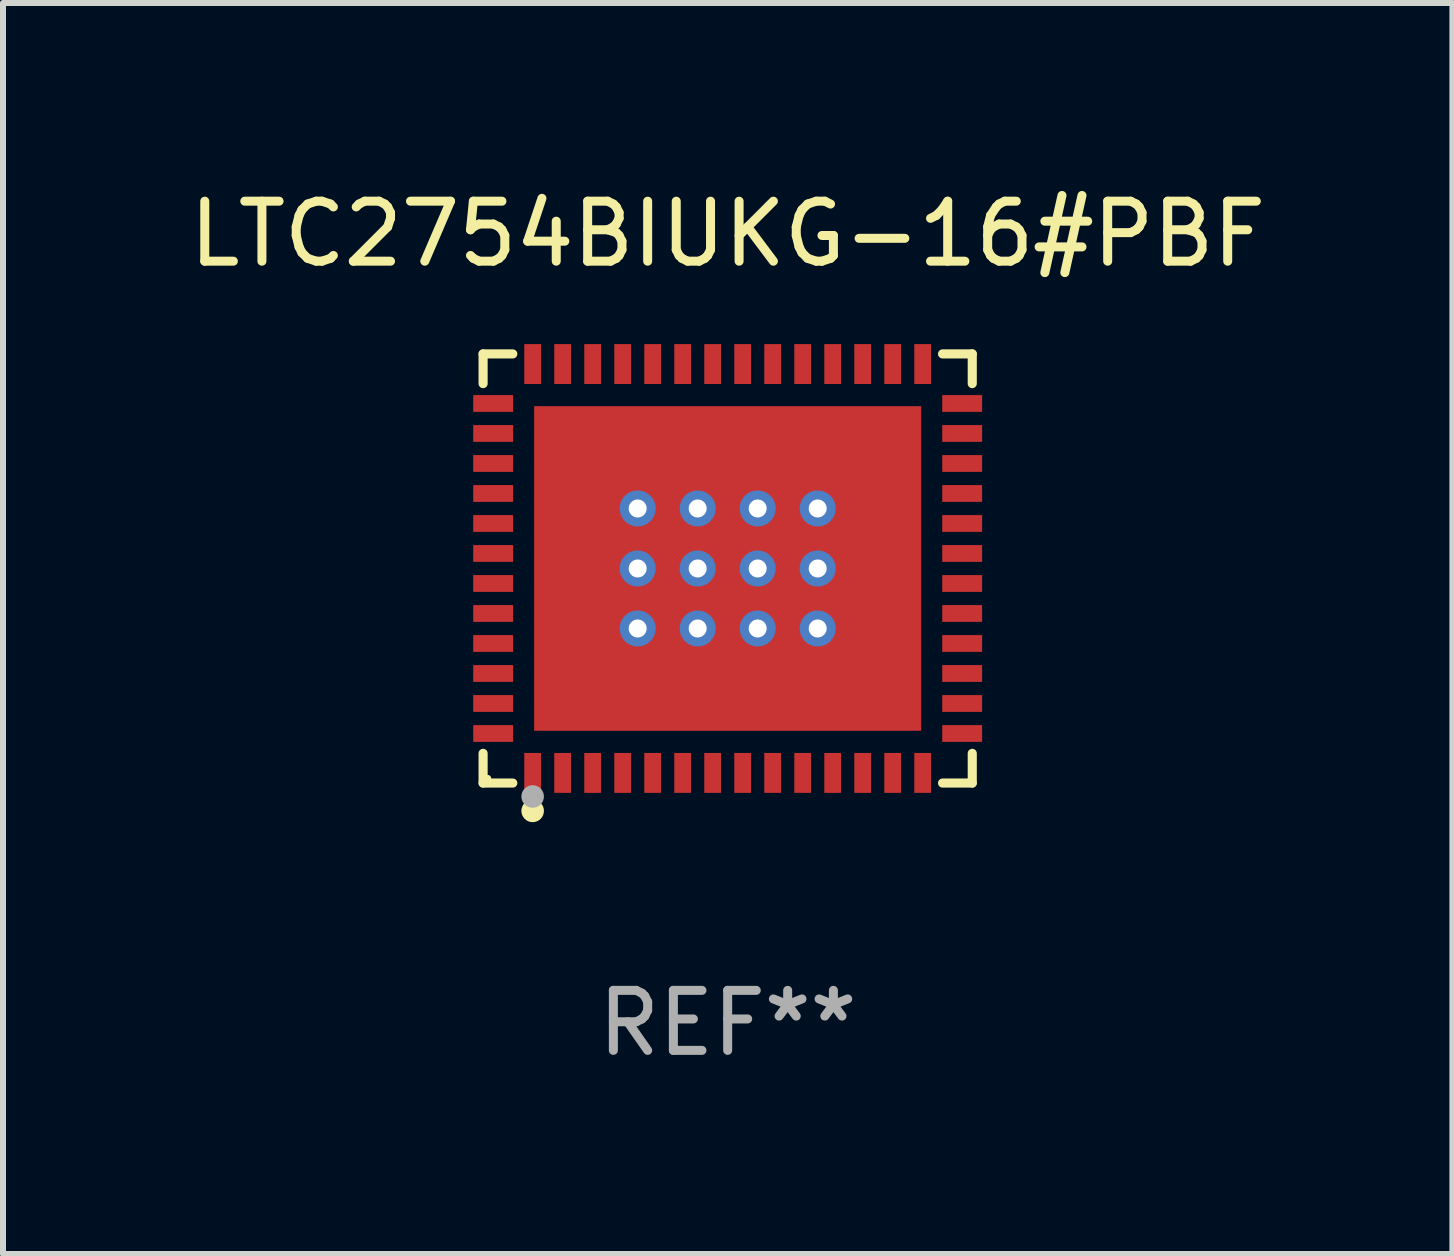
<source format=kicad_pcb>
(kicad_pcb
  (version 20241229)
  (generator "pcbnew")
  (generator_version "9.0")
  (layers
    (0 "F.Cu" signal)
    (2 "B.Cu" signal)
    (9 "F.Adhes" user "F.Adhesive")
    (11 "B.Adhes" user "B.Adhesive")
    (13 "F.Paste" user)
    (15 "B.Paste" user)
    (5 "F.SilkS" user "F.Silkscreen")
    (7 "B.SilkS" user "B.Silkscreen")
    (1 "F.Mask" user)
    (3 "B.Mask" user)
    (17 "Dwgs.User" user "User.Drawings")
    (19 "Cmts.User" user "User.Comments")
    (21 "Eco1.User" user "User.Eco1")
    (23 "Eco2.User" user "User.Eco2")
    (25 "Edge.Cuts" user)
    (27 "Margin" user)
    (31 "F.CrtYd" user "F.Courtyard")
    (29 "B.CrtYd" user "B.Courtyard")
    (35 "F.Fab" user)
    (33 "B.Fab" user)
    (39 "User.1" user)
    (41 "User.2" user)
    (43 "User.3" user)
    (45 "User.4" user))
  (footprint "LTC2754BIUKG-16#PBF"
    (layer "F.Cu")
    (at 9.077 6.424)
    (property "Reference" "LTC2754BIUKG-16#PBF" (at 0 -5.576 0) (layer "F.SilkS") (effects (font (size 1 1) (thickness 0.15))))
    (attr through_hole)
    (fp_line (start -4.076 -3.576) (end -3.581 -3.576) (stroke (width 0.152) (type solid)) (layer "F.SilkS"))
    (fp_line (start -4.076 -3.081) (end -4.076 -3.576) (stroke (width 0.152) (type solid)) (layer "F.SilkS"))
    (fp_line (start -4.076 3.081) (end -4.076 3.576) (stroke (width 0.152) (type solid)) (layer "F.SilkS"))
    (fp_line (start -4.076 3.576) (end -3.581 3.576) (stroke (width 0.152) (type solid)) (layer "F.SilkS"))
    (fp_line (start 4.076 -3.576) (end 3.581 -3.576) (stroke (width 0.152) (type solid)) (layer "F.SilkS"))
    (fp_line (start 4.076 -3.081) (end 4.076 -3.576) (stroke (width 0.152) (type solid)) (layer "F.SilkS"))
    (fp_line (start 4.076 3.081) (end 4.076 3.576) (stroke (width 0.152) (type solid)) (layer "F.SilkS"))
    (fp_line (start 4.076 3.576) (end 3.581 3.576) (stroke (width 0.152) (type solid)) (layer "F.SilkS"))
    (fp_circle (center -4 3.5) (end -3.97 3.5) (stroke (width 0.06) (type solid)) (fill no) (layer "F.SilkS"))
    (fp_circle (center -3.25 4.04) (end -3.156 4.04) (stroke (width 0.188) (type solid)) (fill no) (layer "F.SilkS"))
    (fp_circle (center -3.25 3.8) (end -3.156 3.8) (stroke (width 0.188) (type solid)) (fill no) (layer "F.Fab"))
    (fp_text user "REF**" (at 0 7.576 0) (layer "F.Fab") (effects (font (size 1 1) (thickness 0.15))))
    (pad "1" smd rect (at -3.25 3.407) (size 0.28 0.665) (layers "F.Cu" "F.Mask" "F.Paste"))
    (pad "2" smd rect (at -2.75 3.407) (size 0.28 0.665) (layers "F.Cu" "F.Mask" "F.Paste"))
    (pad "3" smd rect (at -2.25 3.407) (size 0.28 0.665) (layers "F.Cu" "F.Mask" "F.Paste"))
    (pad "4" smd rect (at -1.75 3.407) (size 0.28 0.665) (layers "F.Cu" "F.Mask" "F.Paste"))
    (pad "5" smd rect (at -1.25 3.407) (size 0.28 0.665) (layers "F.Cu" "F.Mask" "F.Paste"))
    (pad "6" smd rect (at -0.75 3.407) (size 0.28 0.665) (layers "F.Cu" "F.Mask" "F.Paste"))
    (pad "7" smd rect (at -0.25 3.407) (size 0.28 0.665) (layers "F.Cu" "F.Mask" "F.Paste"))
    (pad "8" smd rect (at 0.25 3.407) (size 0.28 0.665) (layers "F.Cu" "F.Mask" "F.Paste"))
    (pad "9" smd rect (at 0.75 3.407) (size 0.28 0.665) (layers "F.Cu" "F.Mask" "F.Paste"))
    (pad "10" smd rect (at 1.25 3.407) (size 0.28 0.665) (layers "F.Cu" "F.Mask" "F.Paste"))
    (pad "11" smd rect (at 1.75 3.407) (size 0.28 0.665) (layers "F.Cu" "F.Mask" "F.Paste"))
    (pad "12" smd rect (at 2.25 3.407) (size 0.28 0.665) (layers "F.Cu" "F.Mask" "F.Paste"))
    (pad "13" smd rect (at 2.75 3.407) (size 0.28 0.665) (layers "F.Cu" "F.Mask" "F.Paste"))
    (pad "14" smd rect (at 3.25 3.407) (size 0.28 0.665) (layers "F.Cu" "F.Mask" "F.Paste"))
    (pad "15" smd rect (at 3.908 2.75) (size 0.665 0.28) (layers "F.Cu" "F.Mask" "F.Paste"))
    (pad "16" smd rect (at 3.908 2.25) (size 0.665 0.28) (layers "F.Cu" "F.Mask" "F.Paste"))
    (pad "17" smd rect (at 3.908 1.75) (size 0.665 0.28) (layers "F.Cu" "F.Mask" "F.Paste"))
    (pad "18" smd rect (at 3.908 1.25) (size 0.665 0.28) (layers "F.Cu" "F.Mask" "F.Paste"))
    (pad "19" smd rect (at 3.908 0.75) (size 0.665 0.28) (layers "F.Cu" "F.Mask" "F.Paste"))
    (pad "20" smd rect (at 3.908 0.25) (size 0.665 0.28) (layers "F.Cu" "F.Mask" "F.Paste"))
    (pad "21" smd rect (at 3.908 -0.25) (size 0.665 0.28) (layers "F.Cu" "F.Mask" "F.Paste"))
    (pad "22" smd rect (at 3.908 -0.75) (size 0.665 0.28) (layers "F.Cu" "F.Mask" "F.Paste"))
    (pad "23" smd rect (at 3.908 -1.25) (size 0.665 0.28) (layers "F.Cu" "F.Mask" "F.Paste"))
    (pad "24" smd rect (at 3.908 -1.75) (size 0.665 0.28) (layers "F.Cu" "F.Mask" "F.Paste"))
    (pad "25" smd rect (at 3.908 -2.25) (size 0.665 0.28) (layers "F.Cu" "F.Mask" "F.Paste"))
    (pad "26" smd rect (at 3.908 -2.75) (size 0.665 0.28) (layers "F.Cu" "F.Mask" "F.Paste"))
    (pad "27" smd rect (at 3.25 -3.407) (size 0.28 0.665) (layers "F.Cu" "F.Mask" "F.Paste"))
    (pad "28" smd rect (at 2.75 -3.407) (size 0.28 0.665) (layers "F.Cu" "F.Mask" "F.Paste"))
    (pad "29" smd rect (at 2.25 -3.407) (size 0.28 0.665) (layers "F.Cu" "F.Mask" "F.Paste"))
    (pad "30" smd rect (at 1.75 -3.407) (size 0.28 0.665) (layers "F.Cu" "F.Mask" "F.Paste"))
    (pad "31" smd rect (at 1.25 -3.407) (size 0.28 0.665) (layers "F.Cu" "F.Mask" "F.Paste"))
    (pad "32" smd rect (at 0.75 -3.407) (size 0.28 0.665) (layers "F.Cu" "F.Mask" "F.Paste"))
    (pad "33" smd rect (at 0.25 -3.407) (size 0.28 0.665) (layers "F.Cu" "F.Mask" "F.Paste"))
    (pad "34" smd rect (at -0.25 -3.407) (size 0.28 0.665) (layers "F.Cu" "F.Mask" "F.Paste"))
    (pad "35" smd rect (at -0.75 -3.407) (size 0.28 0.665) (layers "F.Cu" "F.Mask" "F.Paste"))
    (pad "36" smd rect (at -1.25 -3.407) (size 0.28 0.665) (layers "F.Cu" "F.Mask" "F.Paste"))
    (pad "37" smd rect (at -1.75 -3.407) (size 0.28 0.665) (layers "F.Cu" "F.Mask" "F.Paste"))
    (pad "38" smd rect (at -2.25 -3.407) (size 0.28 0.665) (layers "F.Cu" "F.Mask" "F.Paste"))
    (pad "39" smd rect (at -2.75 -3.407) (size 0.28 0.665) (layers "F.Cu" "F.Mask" "F.Paste"))
    (pad "40" smd rect (at -3.25 -3.407) (size 0.28 0.665) (layers "F.Cu" "F.Mask" "F.Paste"))
    (pad "41" smd rect (at -3.908 -2.75) (size 0.665 0.28) (layers "F.Cu" "F.Mask" "F.Paste"))
    (pad "42" smd rect (at -3.908 -2.25) (size 0.665 0.28) (layers "F.Cu" "F.Mask" "F.Paste"))
    (pad "43" smd rect (at -3.908 -1.75) (size 0.665 0.28) (layers "F.Cu" "F.Mask" "F.Paste"))
    (pad "44" smd rect (at -3.908 -1.25) (size 0.665 0.28) (layers "F.Cu" "F.Mask" "F.Paste"))
    (pad "45" smd rect (at -3.908 -0.75) (size 0.665 0.28) (layers "F.Cu" "F.Mask" "F.Paste"))
    (pad "46" smd rect (at -3.908 -0.25) (size 0.665 0.28) (layers "F.Cu" "F.Mask" "F.Paste"))
    (pad "47" smd rect (at -3.908 0.25) (size 0.665 0.28) (layers "F.Cu" "F.Mask" "F.Paste"))
    (pad "48" smd rect (at -3.908 0.75) (size 0.665 0.28) (layers "F.Cu" "F.Mask" "F.Paste"))
    (pad "49" smd rect (at -3.908 1.25) (size 0.665 0.28) (layers "F.Cu" "F.Mask" "F.Paste"))
    (pad "50" smd rect (at -3.908 1.75) (size 0.665 0.28) (layers "F.Cu" "F.Mask" "F.Paste"))
    (pad "51" smd rect (at -3.908 2.25) (size 0.665 0.28) (layers "F.Cu" "F.Mask" "F.Paste"))
    (pad "52" smd rect (at -3.908 2.75) (size 0.665 0.28) (layers "F.Cu" "F.Mask" "F.Paste"))
    (pad "53" thru_hole circle (at -1.5 -1) (size 0.6 0.6) (drill 0.3) (layers "*.Cu" "*.Mask"))
    (pad "53" thru_hole circle (at -1.5 0) (size 0.6 0.6) (drill 0.3) (layers "*.Cu" "*.Mask"))
    (pad "53" thru_hole circle (at -1.5 1) (size 0.6 0.6) (drill 0.3) (layers "*.Cu" "*.Mask"))
    (pad "53" thru_hole circle (at -0.5 -1) (size 0.6 0.6) (drill 0.3) (layers "*.Cu" "*.Mask"))
    (pad "53" thru_hole circle (at -0.5 0) (size 0.6 0.6) (drill 0.3) (layers "*.Cu" "*.Mask"))
    (pad "53" thru_hole circle (at -0.5 1) (size 0.6 0.6) (drill 0.3) (layers "*.Cu" "*.Mask"))
    (pad "53" smd rect (at 0 0) (size 6.45 5.41) (layers "F.Cu" "F.Mask" "F.Paste"))
    (pad "53" thru_hole circle (at 0.5 -1) (size 0.6 0.6) (drill 0.3) (layers "*.Cu" "*.Mask"))
    (pad "53" thru_hole circle (at 0.5 0) (size 0.6 0.6) (drill 0.3) (layers "*.Cu" "*.Mask"))
    (pad "53" thru_hole circle (at 0.5 1) (size 0.6 0.6) (drill 0.3) (layers "*.Cu" "*.Mask"))
    (pad "53" thru_hole circle (at 1.5 -1) (size 0.6 0.6) (drill 0.3) (layers "*.Cu" "*.Mask"))
    (pad "53" thru_hole circle (at 1.5 0) (size 0.6 0.6) (drill 0.3) (layers "*.Cu" "*.Mask"))
    (pad "53" thru_hole circle (at 1.5 1) (size 0.6 0.6) (drill 0.3) (layers "*.Cu" "*.Mask")))
  (gr_rect
    (start -3 -3)
    (end 21.155 17.849)
    (stroke (width 0.1) (type default))
    (fill no)
    (layer "Edge.Cuts")))
</source>
